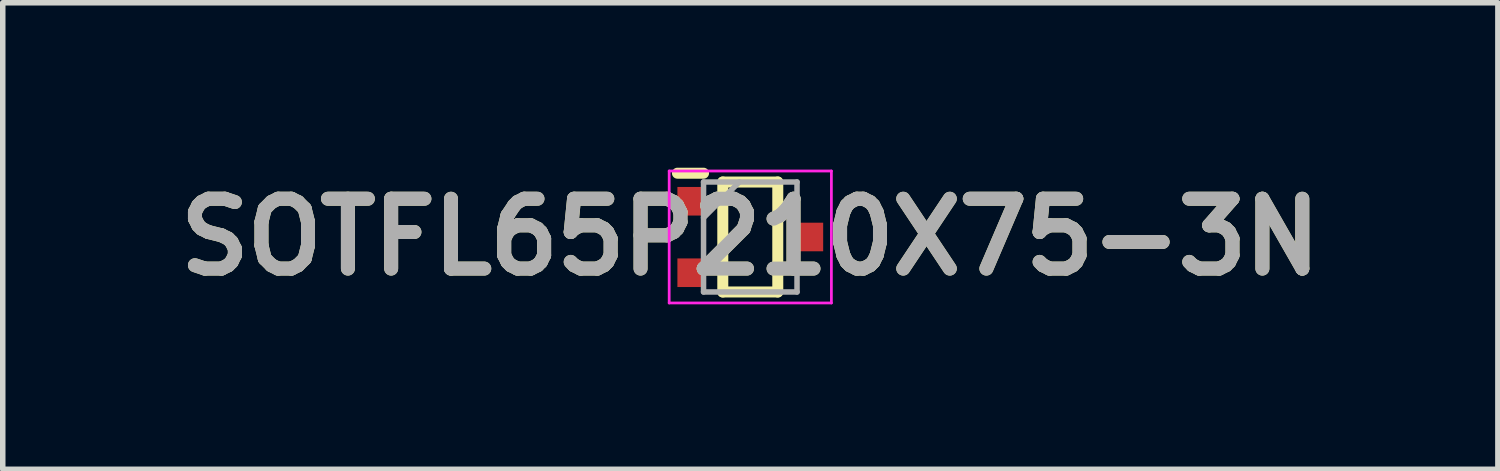
<source format=kicad_pcb>
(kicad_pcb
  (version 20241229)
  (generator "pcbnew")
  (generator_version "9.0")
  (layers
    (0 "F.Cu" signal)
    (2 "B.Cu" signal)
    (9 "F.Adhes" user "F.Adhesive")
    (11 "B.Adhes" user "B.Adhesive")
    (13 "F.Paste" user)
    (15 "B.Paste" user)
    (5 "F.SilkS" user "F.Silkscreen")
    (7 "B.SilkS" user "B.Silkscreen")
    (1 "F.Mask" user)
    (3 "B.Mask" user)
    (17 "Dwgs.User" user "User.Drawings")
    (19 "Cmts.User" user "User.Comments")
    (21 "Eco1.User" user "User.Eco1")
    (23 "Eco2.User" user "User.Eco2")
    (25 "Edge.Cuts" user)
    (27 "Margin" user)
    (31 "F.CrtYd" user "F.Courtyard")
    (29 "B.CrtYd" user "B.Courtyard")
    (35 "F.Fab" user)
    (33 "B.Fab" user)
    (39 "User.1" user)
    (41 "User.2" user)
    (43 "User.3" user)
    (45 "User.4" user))
  (footprint "SOTFL65P210X75-3N"
    (layer "F.Cu")
    (at 10.595 1.26)
    (property "Reference" "SOTFL65P210X75-3N" (at 0 0 0) (layer "F.SilkS") (effects (font (size 1.27 1.27) (thickness 0.254))))
    (attr smd)
    (fp_line (start -1.325 -1.16) (end -0.85 -1.16) (stroke (width 0.2) (type solid)) (layer "F.SilkS"))
    (fp_line (start -0.5 -1) (end 0.5 -1) (stroke (width 0.2) (type solid)) (layer "F.SilkS"))
    (fp_line (start -0.5 1) (end -0.5 -1) (stroke (width 0.2) (type solid)) (layer "F.SilkS"))
    (fp_line (start 0.5 -1) (end 0.5 1) (stroke (width 0.2) (type solid)) (layer "F.SilkS"))
    (fp_line (start 0.5 1) (end -0.5 1) (stroke (width 0.2) (type solid)) (layer "F.SilkS"))
    (fp_line (start -1.475 -1.2) (end 1.475 -1.2) (stroke (width 0.05) (type solid)) (layer "F.CrtYd"))
    (fp_line (start -1.475 1.2) (end -1.475 -1.2) (stroke (width 0.05) (type solid)) (layer "F.CrtYd"))
    (fp_line (start 1.475 -1.2) (end 1.475 1.2) (stroke (width 0.05) (type solid)) (layer "F.CrtYd"))
    (fp_line (start 1.475 1.2) (end -1.475 1.2) (stroke (width 0.05) (type solid)) (layer "F.CrtYd"))
    (fp_line (start -0.85 -1) (end 0.85 -1) (stroke (width 0.1) (type solid)) (layer "F.Fab"))
    (fp_line (start -0.85 -0.35) (end -0.2 -1) (stroke (width 0.1) (type solid)) (layer "F.Fab"))
    (fp_line (start -0.85 1) (end -0.85 -1) (stroke (width 0.1) (type solid)) (layer "F.Fab"))
    (fp_line (start 0.85 -1) (end 0.85 1) (stroke (width 0.1) (type solid)) (layer "F.Fab"))
    (fp_line (start 0.85 1) (end -0.85 1) (stroke (width 0.1) (type solid)) (layer "F.Fab"))
    (fp_text user "${REFERENCE}" (at 0 0 0) (layer "F.Fab") (effects (font (size 1.27 1.27) (thickness 0.254))))
    (pad "1" smd rect (at -1.088 -0.65) (size 0.475 0.52) (layers "F.Cu" "F.Mask" "F.Paste"))
    (pad "2" smd rect (at -1.088 0.65) (size 0.475 0.52) (layers "F.Cu" "F.Mask" "F.Paste"))
    (pad "3" smd rect (at 1.088 0) (size 0.475 0.52) (layers "F.Cu" "F.Mask" "F.Paste")))
  (gr_rect
    (start -3 -3)
    (end 24.191 5.485)
    (stroke (width 0.1) (type default))
    (fill no)
    (layer "Edge.Cuts")))
</source>
